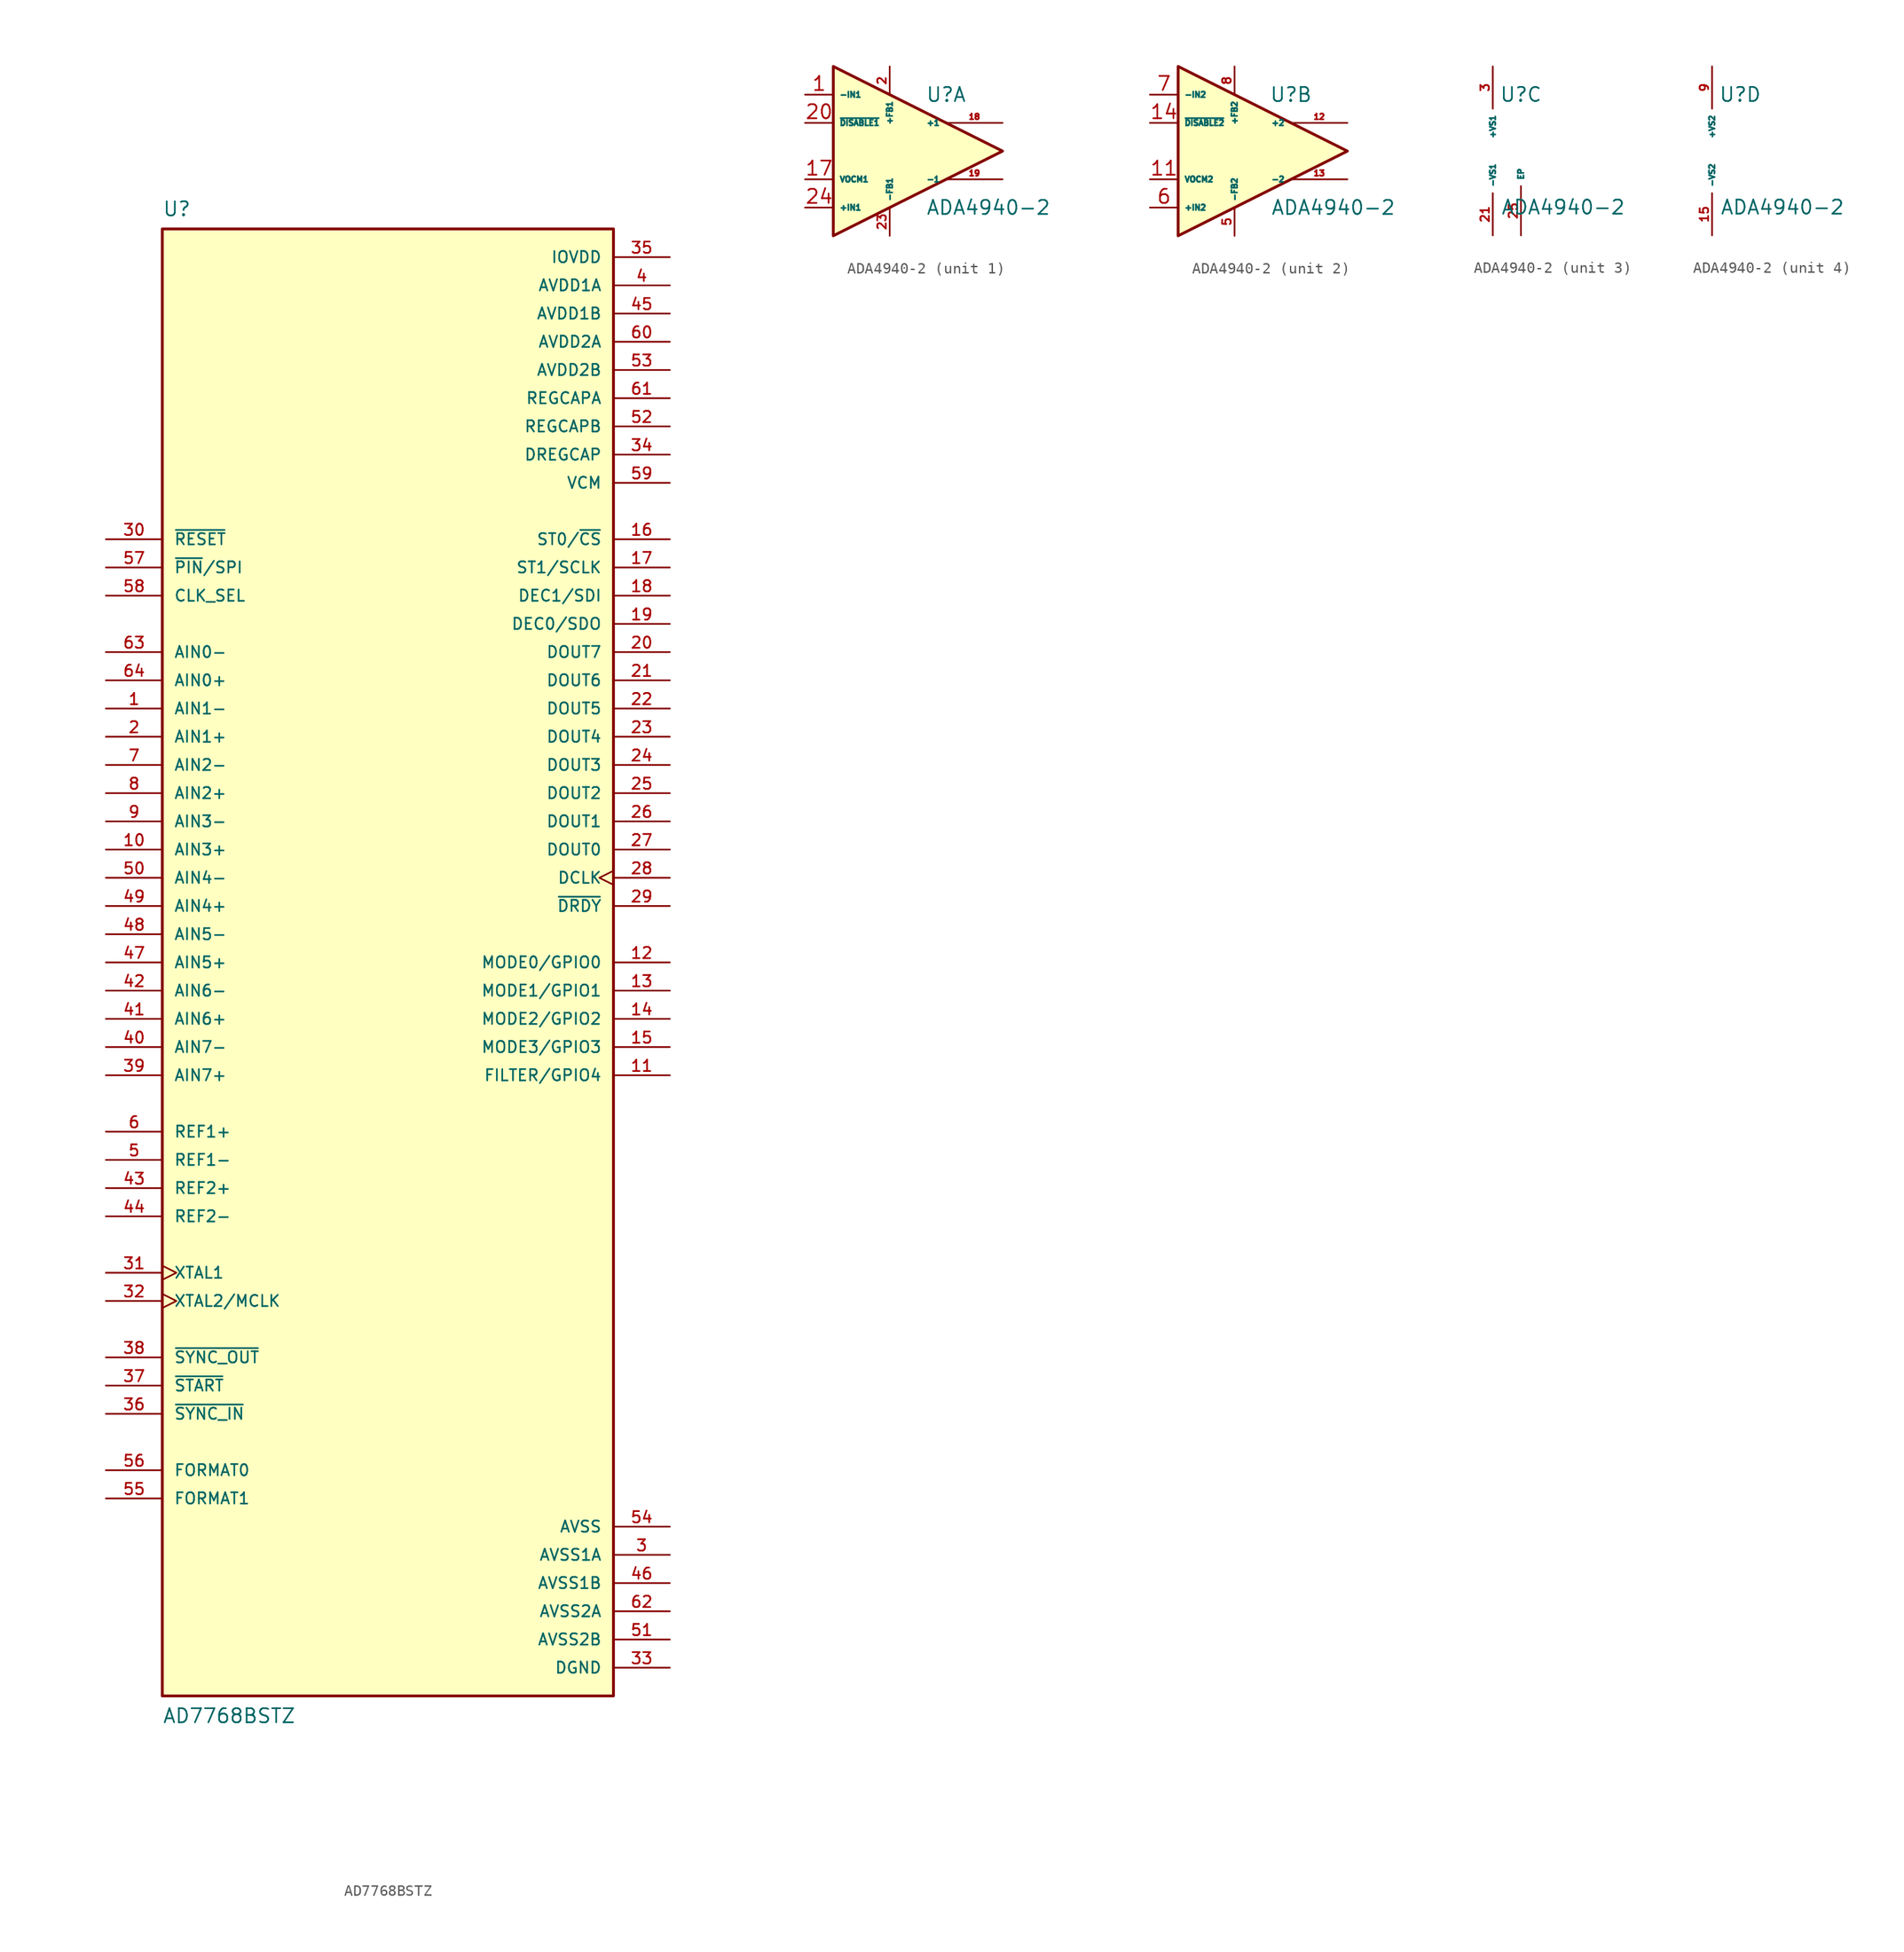
<source format=kicad_sym>
(kicad_symbol_lib
  (version 20231120)
  (generator "kicad_symbol_editor")
  (generator_version "8.0")
  (symbol "AD7768BSTZ"
    (pin_names
      (offset 1.016))
    (property "Reference" "U"
      (at -20.32 68.58 0)
      (effects (font (size 1.27 1.27)) (justify left top)))
    (property "Value" "AD7768BSTZ"
      (at -20.32 -68.58 0)
      (effects (font (size 1.27 1.27)) (justify left bottom)))
    (symbol "AD7768BSTZ_0_0"
      (rectangle (start -20.32 -66.04) (end 20.32 66.04) (stroke (width 0.254) (type default)) (fill (type background)))
      (pin input line (at -25.4 22.86 0) (length 5.08) (name "AIN1-" (effects (font (size 1.016 1.016)))) (number "1" (effects (font (size 1.016 1.016)))))
      (pin input line (at -25.4 10.16 0) (length 5.08) (name "AIN3+" (effects (font (size 1.016 1.016)))) (number "10" (effects (font (size 1.016 1.016)))))
      (pin bidirectional line (at 25.4 -10.16 180) (length 5.08) (name "FILTER/GPIO4" (effects (font (size 1.016 1.016)))) (number "11" (effects (font (size 1.016 1.016)))))
      (pin bidirectional line (at 25.4 0 180) (length 5.08) (name "MODE0/GPIO0" (effects (font (size 1.016 1.016)))) (number "12" (effects (font (size 1.016 1.016)))))
      (pin bidirectional line (at 25.4 -2.54 180) (length 5.08) (name "MODE1/GPIO1" (effects (font (size 1.016 1.016)))) (number "13" (effects (font (size 1.016 1.016)))))
      (pin bidirectional line (at 25.4 -5.08 180) (length 5.08) (name "MODE2/GPIO2" (effects (font (size 1.016 1.016)))) (number "14" (effects (font (size 1.016 1.016)))))
      (pin bidirectional line (at 25.4 -7.62 180) (length 5.08) (name "MODE3/GPIO3" (effects (font (size 1.016 1.016)))) (number "15" (effects (font (size 1.016 1.016)))))
      (pin input line (at 25.4 38.1 180) (length 5.08) (name "ST0/~{CS}" (effects (font (size 1.016 1.016)))) (number "16" (effects (font (size 1.016 1.016)))))
      (pin input line (at 25.4 35.56 180) (length 5.08) (name "ST1/SCLK" (effects (font (size 1.016 1.016)))) (number "17" (effects (font (size 1.016 1.016)))))
      (pin input line (at 25.4 33.02 180) (length 5.08) (name "DEC1/SDI" (effects (font (size 1.016 1.016)))) (number "18" (effects (font (size 1.016 1.016)))))
      (pin bidirectional line (at 25.4 30.48 180) (length 5.08) (name "DEC0/SDO" (effects (font (size 1.016 1.016)))) (number "19" (effects (font (size 1.016 1.016)))))
      (pin input line (at -25.4 20.32 0) (length 5.08) (name "AIN1+" (effects (font (size 1.016 1.016)))) (number "2" (effects (font (size 1.016 1.016)))))
      (pin bidirectional line (at 25.4 27.94 180) (length 5.08) (name "DOUT7" (effects (font (size 1.016 1.016)))) (number "20" (effects (font (size 1.016 1.016)))))
      (pin bidirectional line (at 25.4 25.4 180) (length 5.08) (name "DOUT6" (effects (font (size 1.016 1.016)))) (number "21" (effects (font (size 1.016 1.016)))))
      (pin output line (at 25.4 22.86 180) (length 5.08) (name "DOUT5" (effects (font (size 1.016 1.016)))) (number "22" (effects (font (size 1.016 1.016)))))
      (pin output line (at 25.4 20.32 180) (length 5.08) (name "DOUT4" (effects (font (size 1.016 1.016)))) (number "23" (effects (font (size 1.016 1.016)))))
      (pin output line (at 25.4 17.78 180) (length 5.08) (name "DOUT3" (effects (font (size 1.016 1.016)))) (number "24" (effects (font (size 1.016 1.016)))))
      (pin output line (at 25.4 15.24 180) (length 5.08) (name "DOUT2" (effects (font (size 1.016 1.016)))) (number "25" (effects (font (size 1.016 1.016)))))
      (pin output line (at 25.4 12.7 180) (length 5.08) (name "DOUT1" (effects (font (size 1.016 1.016)))) (number "26" (effects (font (size 1.016 1.016)))))
      (pin output line (at 25.4 10.16 180) (length 5.08) (name "DOUT0" (effects (font (size 1.016 1.016)))) (number "27" (effects (font (size 1.016 1.016)))))
      (pin output clock (at 25.4 7.62 180) (length 5.08) (name "DCLK" (effects (font (size 1.016 1.016)))) (number "28" (effects (font (size 1.016 1.016)))))
      (pin output line (at 25.4 5.08 180) (length 5.08) (name "~{DRDY}" (effects (font (size 1.016 1.016)))) (number "29" (effects (font (size 1.016 1.016)))))
      (pin power_in line (at 25.4 -53.34 180) (length 5.08) (name "AVSS1A" (effects (font (size 1.016 1.016)))) (number "3" (effects (font (size 1.016 1.016)))))
      (pin input line (at -25.4 38.1 0) (length 5.08) (name "~{RESET}" (effects (font (size 1.016 1.016)))) (number "30" (effects (font (size 1.016 1.016)))))
      (pin input clock (at -25.4 -27.94 0) (length 5.08) (name "XTAL1" (effects (font (size 1.016 1.016)))) (number "31" (effects (font (size 1.016 1.016)))))
      (pin input clock (at -25.4 -30.48 0) (length 5.08) (name "XTAL2/MCLK" (effects (font (size 1.016 1.016)))) (number "32" (effects (font (size 1.016 1.016)))))
      (pin power_in line (at 25.4 -63.5 180) (length 5.08) (name "DGND" (effects (font (size 1.016 1.016)))) (number "33" (effects (font (size 1.016 1.016)))))
      (pin power_in line (at 25.4 45.72 180) (length 5.08) (name "DREGCAP" (effects (font (size 1.016 1.016)))) (number "34" (effects (font (size 1.016 1.016)))))
      (pin power_in line (at 25.4 63.5 180) (length 5.08) (name "IOVDD" (effects (font (size 1.016 1.016)))) (number "35" (effects (font (size 1.016 1.016)))))
      (pin input line (at -25.4 -40.64 0) (length 5.08) (name "~{SYNC_IN}" (effects (font (size 1.016 1.016)))) (number "36" (effects (font (size 1.016 1.016)))))
      (pin input line (at -25.4 -38.1 0) (length 5.08) (name "~{START}" (effects (font (size 1.016 1.016)))) (number "37" (effects (font (size 1.016 1.016)))))
      (pin output line (at -25.4 -35.56 0) (length 5.08) (name "~{SYNC_OUT}" (effects (font (size 1.016 1.016)))) (number "38" (effects (font (size 1.016 1.016)))))
      (pin input line (at -25.4 -10.16 0) (length 5.08) (name "AIN7+" (effects (font (size 1.016 1.016)))) (number "39" (effects (font (size 1.016 1.016)))))
      (pin power_in line (at 25.4 60.96 180) (length 5.08) (name "AVDD1A" (effects (font (size 1.016 1.016)))) (number "4" (effects (font (size 1.016 1.016)))))
      (pin input line (at -25.4 -7.62 0) (length 5.08) (name "AIN7-" (effects (font (size 1.016 1.016)))) (number "40" (effects (font (size 1.016 1.016)))))
      (pin input line (at -25.4 -5.08 0) (length 5.08) (name "AIN6+" (effects (font (size 1.016 1.016)))) (number "41" (effects (font (size 1.016 1.016)))))
      (pin input line (at -25.4 -2.54 0) (length 5.08) (name "AIN6-" (effects (font (size 1.016 1.016)))) (number "42" (effects (font (size 1.016 1.016)))))
      (pin input line (at -25.4 -20.32 0) (length 5.08) (name "REF2+" (effects (font (size 1.016 1.016)))) (number "43" (effects (font (size 1.016 1.016)))))
      (pin input line (at -25.4 -22.86 0) (length 5.08) (name "REF2-" (effects (font (size 1.016 1.016)))) (number "44" (effects (font (size 1.016 1.016)))))
      (pin power_in line (at 25.4 58.42 180) (length 5.08) (name "AVDD1B" (effects (font (size 1.016 1.016)))) (number "45" (effects (font (size 1.016 1.016)))))
      (pin power_in line (at 25.4 -55.88 180) (length 5.08) (name "AVSS1B" (effects (font (size 1.016 1.016)))) (number "46" (effects (font (size 1.016 1.016)))))
      (pin input line (at -25.4 0 0) (length 5.08) (name "AIN5+" (effects (font (size 1.016 1.016)))) (number "47" (effects (font (size 1.016 1.016)))))
      (pin input line (at -25.4 2.54 0) (length 5.08) (name "AIN5-" (effects (font (size 1.016 1.016)))) (number "48" (effects (font (size 1.016 1.016)))))
      (pin input line (at -25.4 5.08 0) (length 5.08) (name "AIN4+" (effects (font (size 1.016 1.016)))) (number "49" (effects (font (size 1.016 1.016)))))
      (pin input line (at -25.4 -17.78 0) (length 5.08) (name "REF1-" (effects (font (size 1.016 1.016)))) (number "5" (effects (font (size 1.016 1.016)))))
      (pin input line (at -25.4 7.62 0) (length 5.08) (name "AIN4-" (effects (font (size 1.016 1.016)))) (number "50" (effects (font (size 1.016 1.016)))))
      (pin power_in line (at 25.4 -60.96 180) (length 5.08) (name "AVSS2B" (effects (font (size 1.016 1.016)))) (number "51" (effects (font (size 1.016 1.016)))))
      (pin power_in line (at 25.4 48.26 180) (length 5.08) (name "REGCAPB" (effects (font (size 1.016 1.016)))) (number "52" (effects (font (size 1.016 1.016)))))
      (pin power_in line (at 25.4 53.34 180) (length 5.08) (name "AVDD2B" (effects (font (size 1.016 1.016)))) (number "53" (effects (font (size 1.016 1.016)))))
      (pin power_in line (at 25.4 -50.8 180) (length 5.08) (name "AVSS" (effects (font (size 1.016 1.016)))) (number "54" (effects (font (size 1.016 1.016)))))
      (pin input line (at -25.4 -48.26 0) (length 5.08) (name "FORMAT1" (effects (font (size 1.016 1.016)))) (number "55" (effects (font (size 1.016 1.016)))))
      (pin input line (at -25.4 -45.72 0) (length 5.08) (name "FORMAT0" (effects (font (size 1.016 1.016)))) (number "56" (effects (font (size 1.016 1.016)))))
      (pin input line (at -25.4 35.56 0) (length 5.08) (name "~{PIN}/SPI" (effects (font (size 1.016 1.016)))) (number "57" (effects (font (size 1.016 1.016)))))
      (pin input line (at -25.4 33.02 0) (length 5.08) (name "CLK_SEL" (effects (font (size 1.016 1.016)))) (number "58" (effects (font (size 1.016 1.016)))))
      (pin power_in line (at 25.4 43.18 180) (length 5.08) (name "VCM" (effects (font (size 1.016 1.016)))) (number "59" (effects (font (size 1.016 1.016)))))
      (pin input line (at -25.4 -15.24 0) (length 5.08) (name "REF1+" (effects (font (size 1.016 1.016)))) (number "6" (effects (font (size 1.016 1.016)))))
      (pin power_in line (at 25.4 55.88 180) (length 5.08) (name "AVDD2A" (effects (font (size 1.016 1.016)))) (number "60" (effects (font (size 1.016 1.016)))))
      (pin power_in line (at 25.4 50.8 180) (length 5.08) (name "REGCAPA" (effects (font (size 1.016 1.016)))) (number "61" (effects (font (size 1.016 1.016)))))
      (pin power_in line (at 25.4 -58.42 180) (length 5.08) (name "AVSS2A" (effects (font (size 1.016 1.016)))) (number "62" (effects (font (size 1.016 1.016)))))
      (pin input line (at -25.4 27.94 0) (length 5.08) (name "AIN0-" (effects (font (size 1.016 1.016)))) (number "63" (effects (font (size 1.016 1.016)))))
      (pin input line (at -25.4 25.4 0) (length 5.08) (name "AIN0+" (effects (font (size 1.016 1.016)))) (number "64" (effects (font (size 1.016 1.016)))))
      (pin input line (at -25.4 17.78 0) (length 5.08) (name "AIN2-" (effects (font (size 1.016 1.016)))) (number "7" (effects (font (size 1.016 1.016)))))
      (pin input line (at -25.4 15.24 0) (length 5.08) (name "AIN2+" (effects (font (size 1.016 1.016)))) (number "8" (effects (font (size 1.016 1.016)))))
      (pin input line (at -25.4 12.7 0) (length 5.08) (name "AIN3-" (effects (font (size 1.016 1.016)))) (number "9" (effects (font (size 1.016 1.016)))))))
  (symbol "ADA4940-2"
    (property "Reference" "U"
      (at 5.08 5.08 0)
      (effects (font (size 1.27 1.27))))
    (property "Value" "ADA4940-2"
      (at 8.89 -5.08 0)
      (effects (font (size 1.27 1.27))))
    (symbol "ADA4940-2_1_1"
      (polyline (pts (xy -5.08 7.62) (xy -5.08 -7.62) (xy 10.16 0) (xy -5.08 7.62)) (stroke (width 0.254) (type default)) (fill (type background)))
      (pin input line (at -7.62 5.08 0) (length 2.54) (name "-IN1" (effects (font (size 0.508 0.508)))) (number "1" (effects (font (size 1.27 1.27)))))
      (pin input line (at -7.62 -2.54 0) (length 2.54) (name "VOCM1" (effects (font (size 0.508 0.508)))) (number "17" (effects (font (size 1.27 1.27)))))
      (pin output line (at 10.16 2.54 180) (length 5.08) (name "+1" (effects (font (size 0.508 0.508)))) (number "18" (effects (font (size 0.508 0.508)))))
      (pin output line (at 10.16 -2.54 180) (length 5.08) (name "-1" (effects (font (size 0.508 0.508)))) (number "19" (effects (font (size 0.508 0.508)))))
      (pin input line (at 0 7.62 270) (length 2.54) (name "+FB1" (effects (font (size 0.508 0.508)))) (number "2" (effects (font (size 0.762 0.762)))))
      (pin input line (at -7.62 2.54 0) (length 2.54) (name "~{DISABLE1}" (effects (font (size 0.508 0.508)))) (number "20" (effects (font (size 1.27 1.27)))))
      (pin input line (at 0 -7.62 90) (length 2.54) (name "-FB1" (effects (font (size 0.508 0.508)))) (number "23" (effects (font (size 0.762 0.762)))))
      (pin input line (at -7.62 -5.08 0) (length 2.54) (name "+IN1" (effects (font (size 0.508 0.508)))) (number "24" (effects (font (size 1.27 1.27))))))
    (symbol "ADA4940-2_2_1"
      (polyline (pts (xy -5.08 7.62) (xy -5.08 -7.62) (xy 10.16 0) (xy -5.08 7.62)) (stroke (width 0.254) (type default)) (fill (type background)))
      (pin input line (at -7.62 -2.54 0) (length 2.54) (name "VOCM2" (effects (font (size 0.508 0.508)))) (number "11" (effects (font (size 1.27 1.27)))))
      (pin output line (at 10.16 2.54 180) (length 5.08) (name "+2" (effects (font (size 0.508 0.508)))) (number "12" (effects (font (size 0.508 0.508)))))
      (pin output line (at 10.16 -2.54 180) (length 5.08) (name "-2" (effects (font (size 0.508 0.508)))) (number "13" (effects (font (size 0.508 0.508)))))
      (pin input line (at -7.62 2.54 0) (length 2.54) (name "~{DISABLE2}" (effects (font (size 0.508 0.508)))) (number "14" (effects (font (size 1.27 1.27)))))
      (pin input line (at 0 -7.62 90) (length 2.54) (name "-FB2" (effects (font (size 0.508 0.508)))) (number "5" (effects (font (size 0.762 0.762)))))
      (pin input line (at -7.62 -5.08 0) (length 2.54) (name "+IN2" (effects (font (size 0.508 0.508)))) (number "6" (effects (font (size 1.27 1.27)))))
      (pin input line (at -7.62 5.08 0) (length 2.54) (name "-IN2" (effects (font (size 0.508 0.508)))) (number "7" (effects (font (size 1.27 1.27)))))
      (pin input line (at 0 7.62 270) (length 2.54) (name "+FB2" (effects (font (size 0.508 0.508)))) (number "8" (effects (font (size 0.762 0.762))))))
    (symbol "ADA4940-2_3_1"
      (pin input line (at 2.54 -7.62 90) (length 3.81) (name "-VS1" (effects (font (size 0.508 0.508)))) (number "21" (effects (font (size 0.762 0.762)))))
      (pin input line (at 2.54 -7.62 90) (length 3.81) hide (name "-VS1" (effects (font (size 0.508 0.508)))) (number "22" (effects (font (size 0.762 0.762)))))
      (pin passive line (at 5.08 -7.62 90) (length 4.445) (name "EP" (effects (font (size 0.508 0.508)))) (number "25" (effects (font (size 0.762 0.762)))))
      (pin input line (at 2.54 7.62 270) (length 3.81) (name "+VS1" (effects (font (size 0.508 0.508)))) (number "3" (effects (font (size 0.762 0.762)))))
      (pin input line (at 2.54 7.62 270) (length 3.81) hide (name "+VS1" (effects (font (size 0.508 0.508)))) (number "4" (effects (font (size 0.762 0.762))))))
    (symbol "ADA4940-2_4_1"
      (pin input line (at 2.54 7.62 270) (length 3.81) hide (name "+VS2" (effects (font (size 0.508 0.508)))) (number "10" (effects (font (size 0.762 0.762)))))
      (pin input line (at 2.54 -7.62 90) (length 3.81) (name "-VS2" (effects (font (size 0.508 0.508)))) (number "15" (effects (font (size 0.762 0.762)))))
      (pin input line (at 2.54 -7.62 90) (length 3.81) hide (name "-VS2" (effects (font (size 0.508 0.508)))) (number "16" (effects (font (size 0.762 0.762)))))
      (pin input line (at 2.54 7.62 270) (length 3.81) (name "+VS2" (effects (font (size 0.508 0.508)))) (number "9" (effects (font (size 0.762 0.762))))))))
</source>
